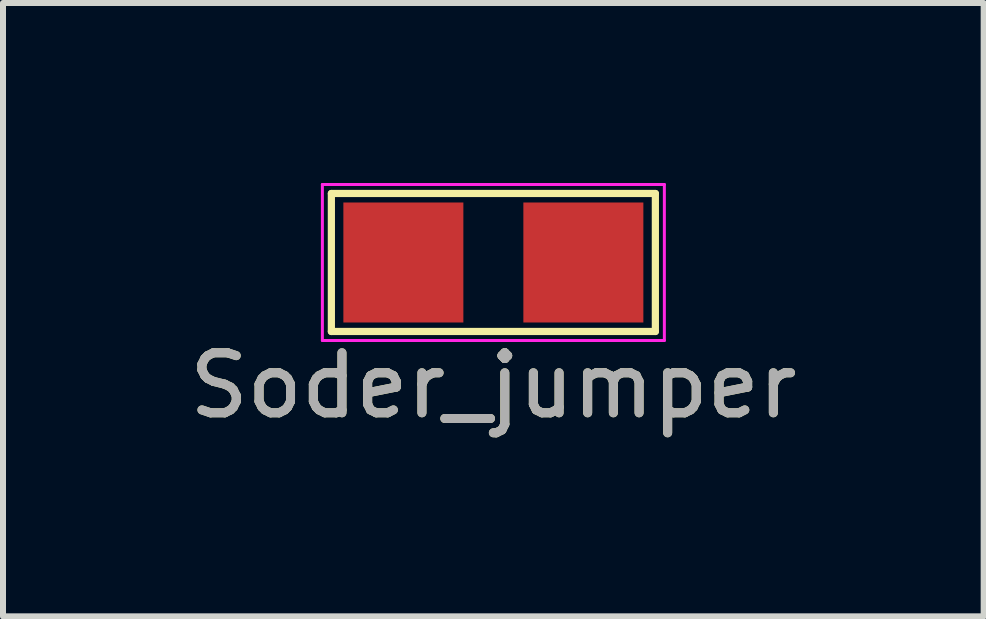
<source format=kicad_pcb>
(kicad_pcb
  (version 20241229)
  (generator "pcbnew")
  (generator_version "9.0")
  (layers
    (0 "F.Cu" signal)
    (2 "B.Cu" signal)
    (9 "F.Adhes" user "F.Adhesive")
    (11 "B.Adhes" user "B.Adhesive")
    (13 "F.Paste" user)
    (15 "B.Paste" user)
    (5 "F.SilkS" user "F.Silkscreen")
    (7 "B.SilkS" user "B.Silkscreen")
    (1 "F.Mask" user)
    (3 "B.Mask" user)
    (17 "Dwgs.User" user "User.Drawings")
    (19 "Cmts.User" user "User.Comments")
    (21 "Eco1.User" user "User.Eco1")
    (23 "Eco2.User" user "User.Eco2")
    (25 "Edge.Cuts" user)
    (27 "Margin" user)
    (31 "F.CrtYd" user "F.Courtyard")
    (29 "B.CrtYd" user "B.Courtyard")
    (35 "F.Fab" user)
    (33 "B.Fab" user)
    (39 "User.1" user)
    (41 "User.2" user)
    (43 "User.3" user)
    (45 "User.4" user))
  (footprint "Soder_jumper"
    (layer "F.Cu")
    (at 5.173 1.125)
    (property "Reference" "Soder_jumper" (at 0 2.25 0) (unlocked yes) (layer "F.SilkS") (effects (font (size 1 1) (thickness 0.15))))
    (attr through_hole)
    (fp_line (start -2.7 -0.95) (end 2.7 -0.95) (stroke (width 0.12) (type solid)) (layer "F.SilkS"))
    (fp_line (start -2.7 1.35) (end -2.7 -0.95) (stroke (width 0.12) (type solid)) (layer "F.SilkS"))
    (fp_line (start 2.7 -0.95) (end 2.7 1.35) (stroke (width 0.12) (type solid)) (layer "F.SilkS"))
    (fp_line (start 2.7 1.35) (end -2.7 1.35) (stroke (width 0.12) (type solid)) (layer "F.SilkS"))
    (fp_line (start -2.85 -1.1) (end -2.85 1.5) (stroke (width 0.05) (type solid)) (layer "F.CrtYd"))
    (fp_line (start -2.85 -1.1) (end 2.85 -1.1) (stroke (width 0.05) (type solid)) (layer "F.CrtYd"))
    (fp_line (start 2.85 1.5) (end -2.85 1.5) (stroke (width 0.05) (type solid)) (layer "F.CrtYd"))
    (fp_line (start 2.85 1.5) (end 2.85 -1.1) (stroke (width 0.05) (type solid)) (layer "F.CrtYd"))
    (fp_text user "${REFERENCE}" (at 0 2.25 0) (unlocked yes) (layer "F.Fab") (effects (font (size 1 1) (thickness 0.15))))
    (pad "1" smd rect (at -1.5 0.2) (size 2 2) (layers "F.Cu" "F.Mask"))
    (pad "2" smd rect (at 1.5 0.2) (size 2 2) (layers "F.Cu" "F.Mask")))
  (gr_rect
    (start -3 -3)
    (end 13.345 7.223)
    (stroke (width 0.1) (type default))
    (fill no)
    (layer "Edge.Cuts")))
</source>
